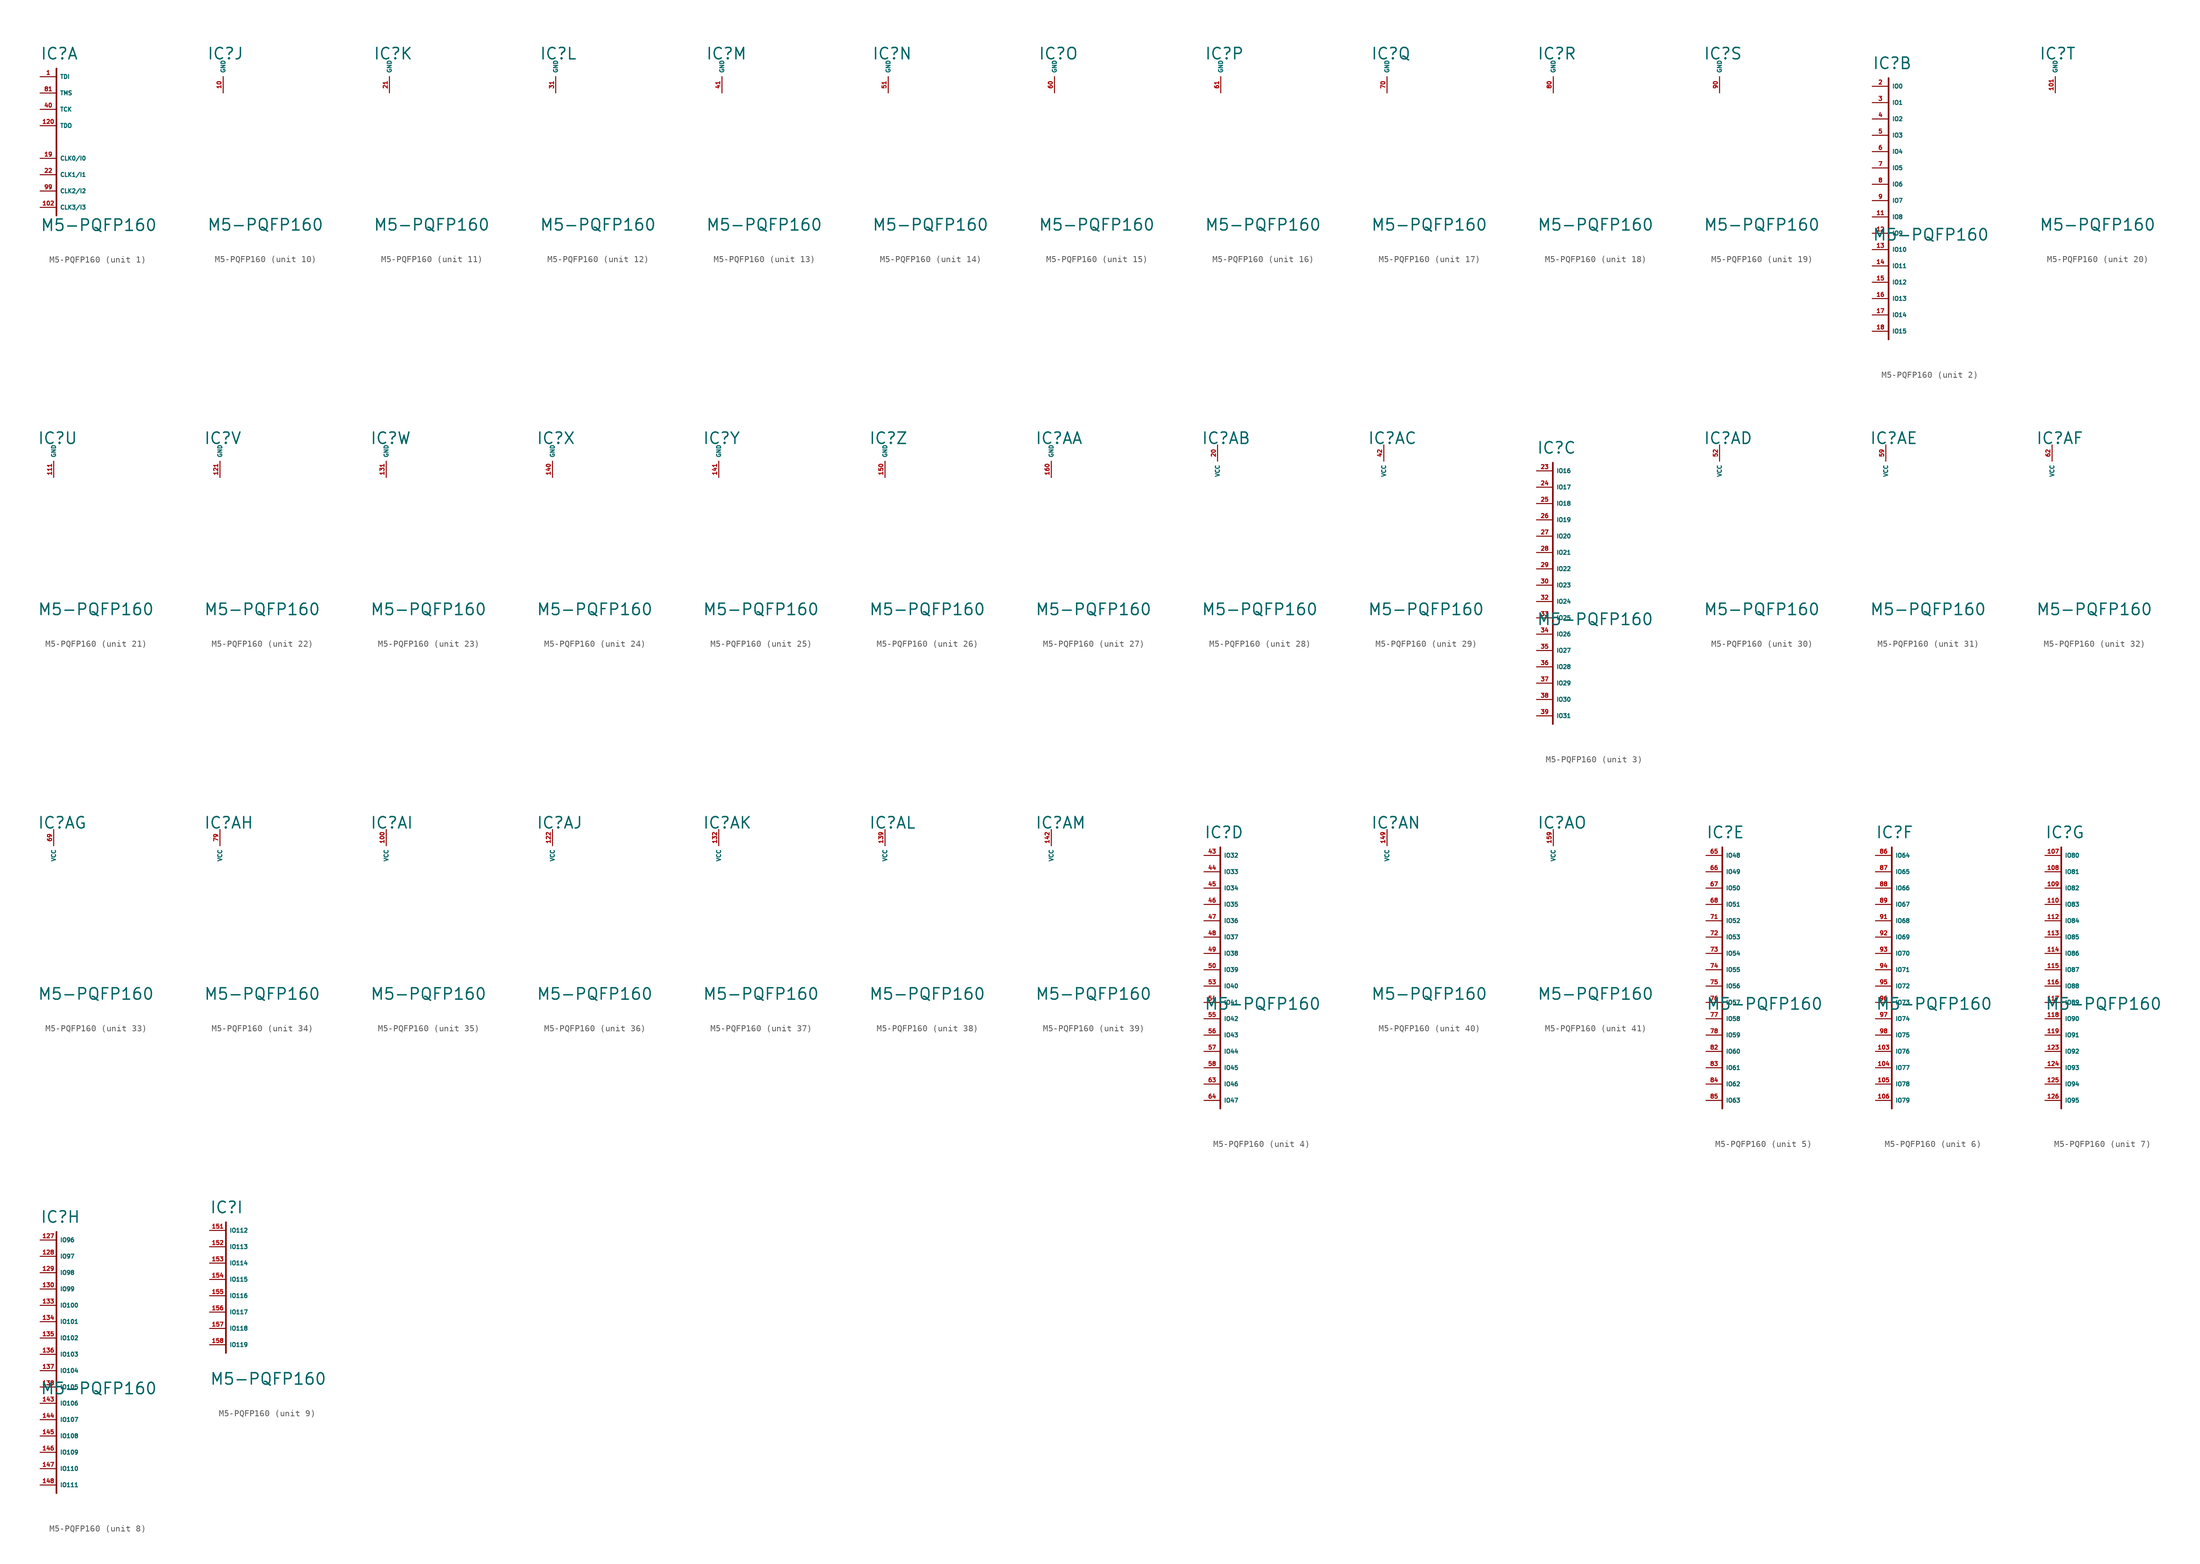
<source format=kicad_sym>
(kicad_symbol_lib
  (version 20220914)
  (generator Eagle2Kicad)
  (symbol "M5-PQFP160"
    (property "Reference" "IC"
      (at -2.54 2.54 0)
      (effects (font (size 1.778 1.778) (thickness 0.22)) (justify left bottom)))
    (property "Value" "M5-PQFP160"
      (at -2.54 -24.13 0)
      (effects (font (size 1.778 1.778) (thickness 0.22)) (justify left bottom)))
    (symbol "M5-PQFP160_1_0"
      (polyline (pts (xy 0 1.27) (xy 0 -21.59)) (stroke (width 0.254) (type default)) (fill (type none)))
      (pin input line (at -2.54 0 0) (length 2.54) (name "TDI" (effects (font (size 0.635 0.635) (thickness 0.08)) (justify left bottom))) (number "1" (effects (font (size 0.635 0.635) (thickness 0.08)) (justify left bottom))))
      (pin input line (at -2.54 -2.54 0) (length 2.54) (name "TMS" (effects (font (size 0.635 0.635) (thickness 0.08)) (justify left bottom))) (number "81" (effects (font (size 0.635 0.635) (thickness 0.08)) (justify left bottom))))
      (pin input line (at -2.54 -5.08 0) (length 2.54) (name "TCK" (effects (font (size 0.635 0.635) (thickness 0.08)) (justify left bottom))) (number "40" (effects (font (size 0.635 0.635) (thickness 0.08)) (justify left bottom))))
      (pin input line (at -2.54 -7.62 0) (length 2.54) (name "TDO" (effects (font (size 0.635 0.635) (thickness 0.08)) (justify left bottom))) (number "120" (effects (font (size 0.635 0.635) (thickness 0.08)) (justify left bottom))))
      (pin input line (at -2.54 -12.7 0) (length 2.54) (name "CLK0/I0" (effects (font (size 0.635 0.635) (thickness 0.08)) (justify left bottom))) (number "19" (effects (font (size 0.635 0.635) (thickness 0.08)) (justify left bottom))))
      (pin input line (at -2.54 -15.24 0) (length 2.54) (name "CLK1/I1" (effects (font (size 0.635 0.635) (thickness 0.08)) (justify left bottom))) (number "22" (effects (font (size 0.635 0.635) (thickness 0.08)) (justify left bottom))))
      (pin input line (at -2.54 -17.78 0) (length 2.54) (name "CLK2/I2" (effects (font (size 0.635 0.635) (thickness 0.08)) (justify left bottom))) (number "99" (effects (font (size 0.635 0.635) (thickness 0.08)) (justify left bottom))))
      (pin input line (at -2.54 -20.32 0) (length 2.54) (name "CLK3/I3" (effects (font (size 0.635 0.635) (thickness 0.08)) (justify left bottom))) (number "102" (effects (font (size 0.635 0.635) (thickness 0.08)) (justify left bottom)))))
    (symbol "M5-PQFP160_2_0"
      (polyline (pts (xy 0 1.27) (xy 0 -39.37)) (stroke (width 0.254) (type default)) (fill (type none)))
      (pin bidirectional line (at -2.54 0 0) (length 2.54) (name "IO0" (effects (font (size 0.635 0.635) (thickness 0.08)) (justify left bottom))) (number "2" (effects (font (size 0.635 0.635) (thickness 0.08)) (justify left bottom))))
      (pin bidirectional line (at -2.54 -2.54 0) (length 2.54) (name "IO1" (effects (font (size 0.635 0.635) (thickness 0.08)) (justify left bottom))) (number "3" (effects (font (size 0.635 0.635) (thickness 0.08)) (justify left bottom))))
      (pin bidirectional line (at -2.54 -5.08 0) (length 2.54) (name "IO2" (effects (font (size 0.635 0.635) (thickness 0.08)) (justify left bottom))) (number "4" (effects (font (size 0.635 0.635) (thickness 0.08)) (justify left bottom))))
      (pin bidirectional line (at -2.54 -7.62 0) (length 2.54) (name "IO3" (effects (font (size 0.635 0.635) (thickness 0.08)) (justify left bottom))) (number "5" (effects (font (size 0.635 0.635) (thickness 0.08)) (justify left bottom))))
      (pin bidirectional line (at -2.54 -10.16 0) (length 2.54) (name "IO4" (effects (font (size 0.635 0.635) (thickness 0.08)) (justify left bottom))) (number "6" (effects (font (size 0.635 0.635) (thickness 0.08)) (justify left bottom))))
      (pin bidirectional line (at -2.54 -12.7 0) (length 2.54) (name "IO5" (effects (font (size 0.635 0.635) (thickness 0.08)) (justify left bottom))) (number "7" (effects (font (size 0.635 0.635) (thickness 0.08)) (justify left bottom))))
      (pin bidirectional line (at -2.54 -15.24 0) (length 2.54) (name "IO6" (effects (font (size 0.635 0.635) (thickness 0.08)) (justify left bottom))) (number "8" (effects (font (size 0.635 0.635) (thickness 0.08)) (justify left bottom))))
      (pin bidirectional line (at -2.54 -17.78 0) (length 2.54) (name "IO7" (effects (font (size 0.635 0.635) (thickness 0.08)) (justify left bottom))) (number "9" (effects (font (size 0.635 0.635) (thickness 0.08)) (justify left bottom))))
      (pin bidirectional line (at -2.54 -20.32 0) (length 2.54) (name "IO8" (effects (font (size 0.635 0.635) (thickness 0.08)) (justify left bottom))) (number "11" (effects (font (size 0.635 0.635) (thickness 0.08)) (justify left bottom))))
      (pin bidirectional line (at -2.54 -22.86 0) (length 2.54) (name "IO9" (effects (font (size 0.635 0.635) (thickness 0.08)) (justify left bottom))) (number "12" (effects (font (size 0.635 0.635) (thickness 0.08)) (justify left bottom))))
      (pin bidirectional line (at -2.54 -25.4 0) (length 2.54) (name "IO10" (effects (font (size 0.635 0.635) (thickness 0.08)) (justify left bottom))) (number "13" (effects (font (size 0.635 0.635) (thickness 0.08)) (justify left bottom))))
      (pin bidirectional line (at -2.54 -27.94 0) (length 2.54) (name "IO11" (effects (font (size 0.635 0.635) (thickness 0.08)) (justify left bottom))) (number "14" (effects (font (size 0.635 0.635) (thickness 0.08)) (justify left bottom))))
      (pin bidirectional line (at -2.54 -30.48 0) (length 2.54) (name "IO12" (effects (font (size 0.635 0.635) (thickness 0.08)) (justify left bottom))) (number "15" (effects (font (size 0.635 0.635) (thickness 0.08)) (justify left bottom))))
      (pin bidirectional line (at -2.54 -33.02 0) (length 2.54) (name "IO13" (effects (font (size 0.635 0.635) (thickness 0.08)) (justify left bottom))) (number "16" (effects (font (size 0.635 0.635) (thickness 0.08)) (justify left bottom))))
      (pin bidirectional line (at -2.54 -35.56 0) (length 2.54) (name "IO14" (effects (font (size 0.635 0.635) (thickness 0.08)) (justify left bottom))) (number "17" (effects (font (size 0.635 0.635) (thickness 0.08)) (justify left bottom))))
      (pin bidirectional line (at -2.54 -38.1 0) (length 2.54) (name "IO15" (effects (font (size 0.635 0.635) (thickness 0.08)) (justify left bottom))) (number "18" (effects (font (size 0.635 0.635) (thickness 0.08)) (justify left bottom)))))
    (symbol "M5-PQFP160_3_0"
      (polyline (pts (xy 0 1.27) (xy 0 -39.37)) (stroke (width 0.254) (type default)) (fill (type none)))
      (pin bidirectional line (at -2.54 0 0) (length 2.54) (name "IO16" (effects (font (size 0.635 0.635) (thickness 0.08)) (justify left bottom))) (number "23" (effects (font (size 0.635 0.635) (thickness 0.08)) (justify left bottom))))
      (pin bidirectional line (at -2.54 -2.54 0) (length 2.54) (name "IO17" (effects (font (size 0.635 0.635) (thickness 0.08)) (justify left bottom))) (number "24" (effects (font (size 0.635 0.635) (thickness 0.08)) (justify left bottom))))
      (pin bidirectional line (at -2.54 -5.08 0) (length 2.54) (name "IO18" (effects (font (size 0.635 0.635) (thickness 0.08)) (justify left bottom))) (number "25" (effects (font (size 0.635 0.635) (thickness 0.08)) (justify left bottom))))
      (pin bidirectional line (at -2.54 -7.62 0) (length 2.54) (name "IO19" (effects (font (size 0.635 0.635) (thickness 0.08)) (justify left bottom))) (number "26" (effects (font (size 0.635 0.635) (thickness 0.08)) (justify left bottom))))
      (pin bidirectional line (at -2.54 -10.16 0) (length 2.54) (name "IO20" (effects (font (size 0.635 0.635) (thickness 0.08)) (justify left bottom))) (number "27" (effects (font (size 0.635 0.635) (thickness 0.08)) (justify left bottom))))
      (pin bidirectional line (at -2.54 -12.7 0) (length 2.54) (name "IO21" (effects (font (size 0.635 0.635) (thickness 0.08)) (justify left bottom))) (number "28" (effects (font (size 0.635 0.635) (thickness 0.08)) (justify left bottom))))
      (pin bidirectional line (at -2.54 -15.24 0) (length 2.54) (name "IO22" (effects (font (size 0.635 0.635) (thickness 0.08)) (justify left bottom))) (number "29" (effects (font (size 0.635 0.635) (thickness 0.08)) (justify left bottom))))
      (pin bidirectional line (at -2.54 -17.78 0) (length 2.54) (name "IO23" (effects (font (size 0.635 0.635) (thickness 0.08)) (justify left bottom))) (number "30" (effects (font (size 0.635 0.635) (thickness 0.08)) (justify left bottom))))
      (pin bidirectional line (at -2.54 -20.32 0) (length 2.54) (name "IO24" (effects (font (size 0.635 0.635) (thickness 0.08)) (justify left bottom))) (number "32" (effects (font (size 0.635 0.635) (thickness 0.08)) (justify left bottom))))
      (pin bidirectional line (at -2.54 -22.86 0) (length 2.54) (name "IO25" (effects (font (size 0.635 0.635) (thickness 0.08)) (justify left bottom))) (number "33" (effects (font (size 0.635 0.635) (thickness 0.08)) (justify left bottom))))
      (pin bidirectional line (at -2.54 -25.4 0) (length 2.54) (name "IO26" (effects (font (size 0.635 0.635) (thickness 0.08)) (justify left bottom))) (number "34" (effects (font (size 0.635 0.635) (thickness 0.08)) (justify left bottom))))
      (pin bidirectional line (at -2.54 -27.94 0) (length 2.54) (name "IO27" (effects (font (size 0.635 0.635) (thickness 0.08)) (justify left bottom))) (number "35" (effects (font (size 0.635 0.635) (thickness 0.08)) (justify left bottom))))
      (pin bidirectional line (at -2.54 -30.48 0) (length 2.54) (name "IO28" (effects (font (size 0.635 0.635) (thickness 0.08)) (justify left bottom))) (number "36" (effects (font (size 0.635 0.635) (thickness 0.08)) (justify left bottom))))
      (pin bidirectional line (at -2.54 -33.02 0) (length 2.54) (name "IO29" (effects (font (size 0.635 0.635) (thickness 0.08)) (justify left bottom))) (number "37" (effects (font (size 0.635 0.635) (thickness 0.08)) (justify left bottom))))
      (pin bidirectional line (at -2.54 -35.56 0) (length 2.54) (name "IO30" (effects (font (size 0.635 0.635) (thickness 0.08)) (justify left bottom))) (number "38" (effects (font (size 0.635 0.635) (thickness 0.08)) (justify left bottom))))
      (pin bidirectional line (at -2.54 -38.1 0) (length 2.54) (name "IO31" (effects (font (size 0.635 0.635) (thickness 0.08)) (justify left bottom))) (number "39" (effects (font (size 0.635 0.635) (thickness 0.08)) (justify left bottom)))))
    (symbol "M5-PQFP160_4_0"
      (polyline (pts (xy 0 1.27) (xy 0 -39.37)) (stroke (width 0.254) (type default)) (fill (type none)))
      (pin bidirectional line (at -2.54 0 0) (length 2.54) (name "IO32" (effects (font (size 0.635 0.635) (thickness 0.08)) (justify left bottom))) (number "43" (effects (font (size 0.635 0.635) (thickness 0.08)) (justify left bottom))))
      (pin bidirectional line (at -2.54 -2.54 0) (length 2.54) (name "IO33" (effects (font (size 0.635 0.635) (thickness 0.08)) (justify left bottom))) (number "44" (effects (font (size 0.635 0.635) (thickness 0.08)) (justify left bottom))))
      (pin bidirectional line (at -2.54 -5.08 0) (length 2.54) (name "IO34" (effects (font (size 0.635 0.635) (thickness 0.08)) (justify left bottom))) (number "45" (effects (font (size 0.635 0.635) (thickness 0.08)) (justify left bottom))))
      (pin bidirectional line (at -2.54 -7.62 0) (length 2.54) (name "IO35" (effects (font (size 0.635 0.635) (thickness 0.08)) (justify left bottom))) (number "46" (effects (font (size 0.635 0.635) (thickness 0.08)) (justify left bottom))))
      (pin bidirectional line (at -2.54 -10.16 0) (length 2.54) (name "IO36" (effects (font (size 0.635 0.635) (thickness 0.08)) (justify left bottom))) (number "47" (effects (font (size 0.635 0.635) (thickness 0.08)) (justify left bottom))))
      (pin bidirectional line (at -2.54 -12.7 0) (length 2.54) (name "IO37" (effects (font (size 0.635 0.635) (thickness 0.08)) (justify left bottom))) (number "48" (effects (font (size 0.635 0.635) (thickness 0.08)) (justify left bottom))))
      (pin bidirectional line (at -2.54 -15.24 0) (length 2.54) (name "IO38" (effects (font (size 0.635 0.635) (thickness 0.08)) (justify left bottom))) (number "49" (effects (font (size 0.635 0.635) (thickness 0.08)) (justify left bottom))))
      (pin bidirectional line (at -2.54 -17.78 0) (length 2.54) (name "IO39" (effects (font (size 0.635 0.635) (thickness 0.08)) (justify left bottom))) (number "50" (effects (font (size 0.635 0.635) (thickness 0.08)) (justify left bottom))))
      (pin bidirectional line (at -2.54 -20.32 0) (length 2.54) (name "IO40" (effects (font (size 0.635 0.635) (thickness 0.08)) (justify left bottom))) (number "53" (effects (font (size 0.635 0.635) (thickness 0.08)) (justify left bottom))))
      (pin bidirectional line (at -2.54 -22.86 0) (length 2.54) (name "IO41" (effects (font (size 0.635 0.635) (thickness 0.08)) (justify left bottom))) (number "54" (effects (font (size 0.635 0.635) (thickness 0.08)) (justify left bottom))))
      (pin bidirectional line (at -2.54 -25.4 0) (length 2.54) (name "IO42" (effects (font (size 0.635 0.635) (thickness 0.08)) (justify left bottom))) (number "55" (effects (font (size 0.635 0.635) (thickness 0.08)) (justify left bottom))))
      (pin bidirectional line (at -2.54 -27.94 0) (length 2.54) (name "IO43" (effects (font (size 0.635 0.635) (thickness 0.08)) (justify left bottom))) (number "56" (effects (font (size 0.635 0.635) (thickness 0.08)) (justify left bottom))))
      (pin bidirectional line (at -2.54 -30.48 0) (length 2.54) (name "IO44" (effects (font (size 0.635 0.635) (thickness 0.08)) (justify left bottom))) (number "57" (effects (font (size 0.635 0.635) (thickness 0.08)) (justify left bottom))))
      (pin bidirectional line (at -2.54 -33.02 0) (length 2.54) (name "IO45" (effects (font (size 0.635 0.635) (thickness 0.08)) (justify left bottom))) (number "58" (effects (font (size 0.635 0.635) (thickness 0.08)) (justify left bottom))))
      (pin bidirectional line (at -2.54 -35.56 0) (length 2.54) (name "IO46" (effects (font (size 0.635 0.635) (thickness 0.08)) (justify left bottom))) (number "63" (effects (font (size 0.635 0.635) (thickness 0.08)) (justify left bottom))))
      (pin bidirectional line (at -2.54 -38.1 0) (length 2.54) (name "IO47" (effects (font (size 0.635 0.635) (thickness 0.08)) (justify left bottom))) (number "64" (effects (font (size 0.635 0.635) (thickness 0.08)) (justify left bottom)))))
    (symbol "M5-PQFP160_5_0"
      (polyline (pts (xy 0 1.27) (xy 0 -39.37)) (stroke (width 0.254) (type default)) (fill (type none)))
      (pin bidirectional line (at -2.54 0 0) (length 2.54) (name "IO48" (effects (font (size 0.635 0.635) (thickness 0.08)) (justify left bottom))) (number "65" (effects (font (size 0.635 0.635) (thickness 0.08)) (justify left bottom))))
      (pin bidirectional line (at -2.54 -2.54 0) (length 2.54) (name "IO49" (effects (font (size 0.635 0.635) (thickness 0.08)) (justify left bottom))) (number "66" (effects (font (size 0.635 0.635) (thickness 0.08)) (justify left bottom))))
      (pin bidirectional line (at -2.54 -5.08 0) (length 2.54) (name "IO50" (effects (font (size 0.635 0.635) (thickness 0.08)) (justify left bottom))) (number "67" (effects (font (size 0.635 0.635) (thickness 0.08)) (justify left bottom))))
      (pin bidirectional line (at -2.54 -7.62 0) (length 2.54) (name "IO51" (effects (font (size 0.635 0.635) (thickness 0.08)) (justify left bottom))) (number "68" (effects (font (size 0.635 0.635) (thickness 0.08)) (justify left bottom))))
      (pin bidirectional line (at -2.54 -10.16 0) (length 2.54) (name "IO52" (effects (font (size 0.635 0.635) (thickness 0.08)) (justify left bottom))) (number "71" (effects (font (size 0.635 0.635) (thickness 0.08)) (justify left bottom))))
      (pin bidirectional line (at -2.54 -12.7 0) (length 2.54) (name "IO53" (effects (font (size 0.635 0.635) (thickness 0.08)) (justify left bottom))) (number "72" (effects (font (size 0.635 0.635) (thickness 0.08)) (justify left bottom))))
      (pin bidirectional line (at -2.54 -15.24 0) (length 2.54) (name "IO54" (effects (font (size 0.635 0.635) (thickness 0.08)) (justify left bottom))) (number "73" (effects (font (size 0.635 0.635) (thickness 0.08)) (justify left bottom))))
      (pin bidirectional line (at -2.54 -17.78 0) (length 2.54) (name "IO55" (effects (font (size 0.635 0.635) (thickness 0.08)) (justify left bottom))) (number "74" (effects (font (size 0.635 0.635) (thickness 0.08)) (justify left bottom))))
      (pin bidirectional line (at -2.54 -20.32 0) (length 2.54) (name "IO56" (effects (font (size 0.635 0.635) (thickness 0.08)) (justify left bottom))) (number "75" (effects (font (size 0.635 0.635) (thickness 0.08)) (justify left bottom))))
      (pin bidirectional line (at -2.54 -22.86 0) (length 2.54) (name "IO57" (effects (font (size 0.635 0.635) (thickness 0.08)) (justify left bottom))) (number "76" (effects (font (size 0.635 0.635) (thickness 0.08)) (justify left bottom))))
      (pin bidirectional line (at -2.54 -25.4 0) (length 2.54) (name "IO58" (effects (font (size 0.635 0.635) (thickness 0.08)) (justify left bottom))) (number "77" (effects (font (size 0.635 0.635) (thickness 0.08)) (justify left bottom))))
      (pin bidirectional line (at -2.54 -27.94 0) (length 2.54) (name "IO59" (effects (font (size 0.635 0.635) (thickness 0.08)) (justify left bottom))) (number "78" (effects (font (size 0.635 0.635) (thickness 0.08)) (justify left bottom))))
      (pin bidirectional line (at -2.54 -30.48 0) (length 2.54) (name "IO60" (effects (font (size 0.635 0.635) (thickness 0.08)) (justify left bottom))) (number "82" (effects (font (size 0.635 0.635) (thickness 0.08)) (justify left bottom))))
      (pin bidirectional line (at -2.54 -33.02 0) (length 2.54) (name "IO61" (effects (font (size 0.635 0.635) (thickness 0.08)) (justify left bottom))) (number "83" (effects (font (size 0.635 0.635) (thickness 0.08)) (justify left bottom))))
      (pin bidirectional line (at -2.54 -35.56 0) (length 2.54) (name "IO62" (effects (font (size 0.635 0.635) (thickness 0.08)) (justify left bottom))) (number "84" (effects (font (size 0.635 0.635) (thickness 0.08)) (justify left bottom))))
      (pin bidirectional line (at -2.54 -38.1 0) (length 2.54) (name "IO63" (effects (font (size 0.635 0.635) (thickness 0.08)) (justify left bottom))) (number "85" (effects (font (size 0.635 0.635) (thickness 0.08)) (justify left bottom)))))
    (symbol "M5-PQFP160_6_0"
      (polyline (pts (xy 0 1.27) (xy 0 -39.37)) (stroke (width 0.254) (type default)) (fill (type none)))
      (pin bidirectional line (at -2.54 0 0) (length 2.54) (name "IO64" (effects (font (size 0.635 0.635) (thickness 0.08)) (justify left bottom))) (number "86" (effects (font (size 0.635 0.635) (thickness 0.08)) (justify left bottom))))
      (pin bidirectional line (at -2.54 -2.54 0) (length 2.54) (name "IO65" (effects (font (size 0.635 0.635) (thickness 0.08)) (justify left bottom))) (number "87" (effects (font (size 0.635 0.635) (thickness 0.08)) (justify left bottom))))
      (pin bidirectional line (at -2.54 -5.08 0) (length 2.54) (name "IO66" (effects (font (size 0.635 0.635) (thickness 0.08)) (justify left bottom))) (number "88" (effects (font (size 0.635 0.635) (thickness 0.08)) (justify left bottom))))
      (pin bidirectional line (at -2.54 -7.62 0) (length 2.54) (name "IO67" (effects (font (size 0.635 0.635) (thickness 0.08)) (justify left bottom))) (number "89" (effects (font (size 0.635 0.635) (thickness 0.08)) (justify left bottom))))
      (pin bidirectional line (at -2.54 -10.16 0) (length 2.54) (name "IO68" (effects (font (size 0.635 0.635) (thickness 0.08)) (justify left bottom))) (number "91" (effects (font (size 0.635 0.635) (thickness 0.08)) (justify left bottom))))
      (pin bidirectional line (at -2.54 -12.7 0) (length 2.54) (name "IO69" (effects (font (size 0.635 0.635) (thickness 0.08)) (justify left bottom))) (number "92" (effects (font (size 0.635 0.635) (thickness 0.08)) (justify left bottom))))
      (pin bidirectional line (at -2.54 -15.24 0) (length 2.54) (name "IO70" (effects (font (size 0.635 0.635) (thickness 0.08)) (justify left bottom))) (number "93" (effects (font (size 0.635 0.635) (thickness 0.08)) (justify left bottom))))
      (pin bidirectional line (at -2.54 -17.78 0) (length 2.54) (name "IO71" (effects (font (size 0.635 0.635) (thickness 0.08)) (justify left bottom))) (number "94" (effects (font (size 0.635 0.635) (thickness 0.08)) (justify left bottom))))
      (pin bidirectional line (at -2.54 -20.32 0) (length 2.54) (name "IO72" (effects (font (size 0.635 0.635) (thickness 0.08)) (justify left bottom))) (number "95" (effects (font (size 0.635 0.635) (thickness 0.08)) (justify left bottom))))
      (pin bidirectional line (at -2.54 -22.86 0) (length 2.54) (name "IO73" (effects (font (size 0.635 0.635) (thickness 0.08)) (justify left bottom))) (number "96" (effects (font (size 0.635 0.635) (thickness 0.08)) (justify left bottom))))
      (pin bidirectional line (at -2.54 -25.4 0) (length 2.54) (name "IO74" (effects (font (size 0.635 0.635) (thickness 0.08)) (justify left bottom))) (number "97" (effects (font (size 0.635 0.635) (thickness 0.08)) (justify left bottom))))
      (pin bidirectional line (at -2.54 -27.94 0) (length 2.54) (name "IO75" (effects (font (size 0.635 0.635) (thickness 0.08)) (justify left bottom))) (number "98" (effects (font (size 0.635 0.635) (thickness 0.08)) (justify left bottom))))
      (pin bidirectional line (at -2.54 -30.48 0) (length 2.54) (name "IO76" (effects (font (size 0.635 0.635) (thickness 0.08)) (justify left bottom))) (number "103" (effects (font (size 0.635 0.635) (thickness 0.08)) (justify left bottom))))
      (pin bidirectional line (at -2.54 -33.02 0) (length 2.54) (name "IO77" (effects (font (size 0.635 0.635) (thickness 0.08)) (justify left bottom))) (number "104" (effects (font (size 0.635 0.635) (thickness 0.08)) (justify left bottom))))
      (pin bidirectional line (at -2.54 -35.56 0) (length 2.54) (name "IO78" (effects (font (size 0.635 0.635) (thickness 0.08)) (justify left bottom))) (number "105" (effects (font (size 0.635 0.635) (thickness 0.08)) (justify left bottom))))
      (pin bidirectional line (at -2.54 -38.1 0) (length 2.54) (name "IO79" (effects (font (size 0.635 0.635) (thickness 0.08)) (justify left bottom))) (number "106" (effects (font (size 0.635 0.635) (thickness 0.08)) (justify left bottom)))))
    (symbol "M5-PQFP160_7_0"
      (polyline (pts (xy 0 1.27) (xy 0 -39.37)) (stroke (width 0.254) (type default)) (fill (type none)))
      (pin bidirectional line (at -2.54 0 0) (length 2.54) (name "IO80" (effects (font (size 0.635 0.635) (thickness 0.08)) (justify left bottom))) (number "107" (effects (font (size 0.635 0.635) (thickness 0.08)) (justify left bottom))))
      (pin bidirectional line (at -2.54 -2.54 0) (length 2.54) (name "IO81" (effects (font (size 0.635 0.635) (thickness 0.08)) (justify left bottom))) (number "108" (effects (font (size 0.635 0.635) (thickness 0.08)) (justify left bottom))))
      (pin bidirectional line (at -2.54 -5.08 0) (length 2.54) (name "IO82" (effects (font (size 0.635 0.635) (thickness 0.08)) (justify left bottom))) (number "109" (effects (font (size 0.635 0.635) (thickness 0.08)) (justify left bottom))))
      (pin bidirectional line (at -2.54 -7.62 0) (length 2.54) (name "IO83" (effects (font (size 0.635 0.635) (thickness 0.08)) (justify left bottom))) (number "110" (effects (font (size 0.635 0.635) (thickness 0.08)) (justify left bottom))))
      (pin bidirectional line (at -2.54 -10.16 0) (length 2.54) (name "IO84" (effects (font (size 0.635 0.635) (thickness 0.08)) (justify left bottom))) (number "112" (effects (font (size 0.635 0.635) (thickness 0.08)) (justify left bottom))))
      (pin bidirectional line (at -2.54 -12.7 0) (length 2.54) (name "IO85" (effects (font (size 0.635 0.635) (thickness 0.08)) (justify left bottom))) (number "113" (effects (font (size 0.635 0.635) (thickness 0.08)) (justify left bottom))))
      (pin bidirectional line (at -2.54 -15.24 0) (length 2.54) (name "IO86" (effects (font (size 0.635 0.635) (thickness 0.08)) (justify left bottom))) (number "114" (effects (font (size 0.635 0.635) (thickness 0.08)) (justify left bottom))))
      (pin bidirectional line (at -2.54 -17.78 0) (length 2.54) (name "IO87" (effects (font (size 0.635 0.635) (thickness 0.08)) (justify left bottom))) (number "115" (effects (font (size 0.635 0.635) (thickness 0.08)) (justify left bottom))))
      (pin bidirectional line (at -2.54 -20.32 0) (length 2.54) (name "IO88" (effects (font (size 0.635 0.635) (thickness 0.08)) (justify left bottom))) (number "116" (effects (font (size 0.635 0.635) (thickness 0.08)) (justify left bottom))))
      (pin bidirectional line (at -2.54 -22.86 0) (length 2.54) (name "IO89" (effects (font (size 0.635 0.635) (thickness 0.08)) (justify left bottom))) (number "117" (effects (font (size 0.635 0.635) (thickness 0.08)) (justify left bottom))))
      (pin bidirectional line (at -2.54 -25.4 0) (length 2.54) (name "IO90" (effects (font (size 0.635 0.635) (thickness 0.08)) (justify left bottom))) (number "118" (effects (font (size 0.635 0.635) (thickness 0.08)) (justify left bottom))))
      (pin bidirectional line (at -2.54 -27.94 0) (length 2.54) (name "IO91" (effects (font (size 0.635 0.635) (thickness 0.08)) (justify left bottom))) (number "119" (effects (font (size 0.635 0.635) (thickness 0.08)) (justify left bottom))))
      (pin bidirectional line (at -2.54 -30.48 0) (length 2.54) (name "IO92" (effects (font (size 0.635 0.635) (thickness 0.08)) (justify left bottom))) (number "123" (effects (font (size 0.635 0.635) (thickness 0.08)) (justify left bottom))))
      (pin bidirectional line (at -2.54 -33.02 0) (length 2.54) (name "IO93" (effects (font (size 0.635 0.635) (thickness 0.08)) (justify left bottom))) (number "124" (effects (font (size 0.635 0.635) (thickness 0.08)) (justify left bottom))))
      (pin bidirectional line (at -2.54 -35.56 0) (length 2.54) (name "IO94" (effects (font (size 0.635 0.635) (thickness 0.08)) (justify left bottom))) (number "125" (effects (font (size 0.635 0.635) (thickness 0.08)) (justify left bottom))))
      (pin bidirectional line (at -2.54 -38.1 0) (length 2.54) (name "IO95" (effects (font (size 0.635 0.635) (thickness 0.08)) (justify left bottom))) (number "126" (effects (font (size 0.635 0.635) (thickness 0.08)) (justify left bottom)))))
    (symbol "M5-PQFP160_8_0"
      (polyline (pts (xy 0 1.27) (xy 0 -39.37)) (stroke (width 0.254) (type default)) (fill (type none)))
      (pin bidirectional line (at -2.54 0 0) (length 2.54) (name "IO96" (effects (font (size 0.635 0.635) (thickness 0.08)) (justify left bottom))) (number "127" (effects (font (size 0.635 0.635) (thickness 0.08)) (justify left bottom))))
      (pin bidirectional line (at -2.54 -2.54 0) (length 2.54) (name "IO97" (effects (font (size 0.635 0.635) (thickness 0.08)) (justify left bottom))) (number "128" (effects (font (size 0.635 0.635) (thickness 0.08)) (justify left bottom))))
      (pin bidirectional line (at -2.54 -5.08 0) (length 2.54) (name "IO98" (effects (font (size 0.635 0.635) (thickness 0.08)) (justify left bottom))) (number "129" (effects (font (size 0.635 0.635) (thickness 0.08)) (justify left bottom))))
      (pin bidirectional line (at -2.54 -7.62 0) (length 2.54) (name "IO99" (effects (font (size 0.635 0.635) (thickness 0.08)) (justify left bottom))) (number "130" (effects (font (size 0.635 0.635) (thickness 0.08)) (justify left bottom))))
      (pin bidirectional line (at -2.54 -10.16 0) (length 2.54) (name "IO100" (effects (font (size 0.635 0.635) (thickness 0.08)) (justify left bottom))) (number "133" (effects (font (size 0.635 0.635) (thickness 0.08)) (justify left bottom))))
      (pin bidirectional line (at -2.54 -12.7 0) (length 2.54) (name "IO101" (effects (font (size 0.635 0.635) (thickness 0.08)) (justify left bottom))) (number "134" (effects (font (size 0.635 0.635) (thickness 0.08)) (justify left bottom))))
      (pin bidirectional line (at -2.54 -15.24 0) (length 2.54) (name "IO102" (effects (font (size 0.635 0.635) (thickness 0.08)) (justify left bottom))) (number "135" (effects (font (size 0.635 0.635) (thickness 0.08)) (justify left bottom))))
      (pin bidirectional line (at -2.54 -17.78 0) (length 2.54) (name "IO103" (effects (font (size 0.635 0.635) (thickness 0.08)) (justify left bottom))) (number "136" (effects (font (size 0.635 0.635) (thickness 0.08)) (justify left bottom))))
      (pin bidirectional line (at -2.54 -20.32 0) (length 2.54) (name "IO104" (effects (font (size 0.635 0.635) (thickness 0.08)) (justify left bottom))) (number "137" (effects (font (size 0.635 0.635) (thickness 0.08)) (justify left bottom))))
      (pin bidirectional line (at -2.54 -22.86 0) (length 2.54) (name "IO105" (effects (font (size 0.635 0.635) (thickness 0.08)) (justify left bottom))) (number "138" (effects (font (size 0.635 0.635) (thickness 0.08)) (justify left bottom))))
      (pin bidirectional line (at -2.54 -25.4 0) (length 2.54) (name "IO106" (effects (font (size 0.635 0.635) (thickness 0.08)) (justify left bottom))) (number "143" (effects (font (size 0.635 0.635) (thickness 0.08)) (justify left bottom))))
      (pin bidirectional line (at -2.54 -27.94 0) (length 2.54) (name "IO107" (effects (font (size 0.635 0.635) (thickness 0.08)) (justify left bottom))) (number "144" (effects (font (size 0.635 0.635) (thickness 0.08)) (justify left bottom))))
      (pin bidirectional line (at -2.54 -30.48 0) (length 2.54) (name "IO108" (effects (font (size 0.635 0.635) (thickness 0.08)) (justify left bottom))) (number "145" (effects (font (size 0.635 0.635) (thickness 0.08)) (justify left bottom))))
      (pin bidirectional line (at -2.54 -33.02 0) (length 2.54) (name "IO109" (effects (font (size 0.635 0.635) (thickness 0.08)) (justify left bottom))) (number "146" (effects (font (size 0.635 0.635) (thickness 0.08)) (justify left bottom))))
      (pin bidirectional line (at -2.54 -35.56 0) (length 2.54) (name "IO110" (effects (font (size 0.635 0.635) (thickness 0.08)) (justify left bottom))) (number "147" (effects (font (size 0.635 0.635) (thickness 0.08)) (justify left bottom))))
      (pin bidirectional line (at -2.54 -38.1 0) (length 2.54) (name "IO111" (effects (font (size 0.635 0.635) (thickness 0.08)) (justify left bottom))) (number "148" (effects (font (size 0.635 0.635) (thickness 0.08)) (justify left bottom)))))
    (symbol "M5-PQFP160_9_0"
      (polyline (pts (xy 0 1.27) (xy 0 -19.05)) (stroke (width 0.254) (type default)) (fill (type none)))
      (pin bidirectional line (at -2.54 0 0) (length 2.54) (name "IO112" (effects (font (size 0.635 0.635) (thickness 0.08)) (justify left bottom))) (number "151" (effects (font (size 0.635 0.635) (thickness 0.08)) (justify left bottom))))
      (pin bidirectional line (at -2.54 -2.54 0) (length 2.54) (name "IO113" (effects (font (size 0.635 0.635) (thickness 0.08)) (justify left bottom))) (number "152" (effects (font (size 0.635 0.635) (thickness 0.08)) (justify left bottom))))
      (pin bidirectional line (at -2.54 -5.08 0) (length 2.54) (name "IO114" (effects (font (size 0.635 0.635) (thickness 0.08)) (justify left bottom))) (number "153" (effects (font (size 0.635 0.635) (thickness 0.08)) (justify left bottom))))
      (pin bidirectional line (at -2.54 -7.62 0) (length 2.54) (name "IO115" (effects (font (size 0.635 0.635) (thickness 0.08)) (justify left bottom))) (number "154" (effects (font (size 0.635 0.635) (thickness 0.08)) (justify left bottom))))
      (pin bidirectional line (at -2.54 -10.16 0) (length 2.54) (name "IO116" (effects (font (size 0.635 0.635) (thickness 0.08)) (justify left bottom))) (number "155" (effects (font (size 0.635 0.635) (thickness 0.08)) (justify left bottom))))
      (pin bidirectional line (at -2.54 -12.7 0) (length 2.54) (name "IO117" (effects (font (size 0.635 0.635) (thickness 0.08)) (justify left bottom))) (number "156" (effects (font (size 0.635 0.635) (thickness 0.08)) (justify left bottom))))
      (pin bidirectional line (at -2.54 -15.24 0) (length 2.54) (name "IO118" (effects (font (size 0.635 0.635) (thickness 0.08)) (justify left bottom))) (number "157" (effects (font (size 0.635 0.635) (thickness 0.08)) (justify left bottom))))
      (pin bidirectional line (at -2.54 -17.78 0) (length 2.54) (name "IO119" (effects (font (size 0.635 0.635) (thickness 0.08)) (justify left bottom))) (number "158" (effects (font (size 0.635 0.635) (thickness 0.08)) (justify left bottom)))))
    (symbol "M5-PQFP160_10_0"
      (pin unspecified line (at 0 -2.54 90) (length 2.54) (name "GND" (effects (font (size 0.635 0.635) (thickness 0.08)) (justify left bottom))) (number "10" (effects (font (size 0.635 0.635) (thickness 0.08)) (justify left bottom)))))
    (symbol "M5-PQFP160_11_0"
      (pin unspecified line (at 0 -2.54 90) (length 2.54) (name "GND" (effects (font (size 0.635 0.635) (thickness 0.08)) (justify left bottom))) (number "21" (effects (font (size 0.635 0.635) (thickness 0.08)) (justify left bottom)))))
    (symbol "M5-PQFP160_12_0"
      (pin unspecified line (at 0 -2.54 90) (length 2.54) (name "GND" (effects (font (size 0.635 0.635) (thickness 0.08)) (justify left bottom))) (number "31" (effects (font (size 0.635 0.635) (thickness 0.08)) (justify left bottom)))))
    (symbol "M5-PQFP160_13_0"
      (pin unspecified line (at 0 -2.54 90) (length 2.54) (name "GND" (effects (font (size 0.635 0.635) (thickness 0.08)) (justify left bottom))) (number "41" (effects (font (size 0.635 0.635) (thickness 0.08)) (justify left bottom)))))
    (symbol "M5-PQFP160_14_0"
      (pin unspecified line (at 0 -2.54 90) (length 2.54) (name "GND" (effects (font (size 0.635 0.635) (thickness 0.08)) (justify left bottom))) (number "51" (effects (font (size 0.635 0.635) (thickness 0.08)) (justify left bottom)))))
    (symbol "M5-PQFP160_15_0"
      (pin unspecified line (at 0 -2.54 90) (length 2.54) (name "GND" (effects (font (size 0.635 0.635) (thickness 0.08)) (justify left bottom))) (number "60" (effects (font (size 0.635 0.635) (thickness 0.08)) (justify left bottom)))))
    (symbol "M5-PQFP160_16_0"
      (pin unspecified line (at 0 -2.54 90) (length 2.54) (name "GND" (effects (font (size 0.635 0.635) (thickness 0.08)) (justify left bottom))) (number "61" (effects (font (size 0.635 0.635) (thickness 0.08)) (justify left bottom)))))
    (symbol "M5-PQFP160_17_0"
      (pin unspecified line (at 0 -2.54 90) (length 2.54) (name "GND" (effects (font (size 0.635 0.635) (thickness 0.08)) (justify left bottom))) (number "70" (effects (font (size 0.635 0.635) (thickness 0.08)) (justify left bottom)))))
    (symbol "M5-PQFP160_18_0"
      (pin unspecified line (at 0 -2.54 90) (length 2.54) (name "GND" (effects (font (size 0.635 0.635) (thickness 0.08)) (justify left bottom))) (number "80" (effects (font (size 0.635 0.635) (thickness 0.08)) (justify left bottom)))))
    (symbol "M5-PQFP160_19_0"
      (pin unspecified line (at 0 -2.54 90) (length 2.54) (name "GND" (effects (font (size 0.635 0.635) (thickness 0.08)) (justify left bottom))) (number "90" (effects (font (size 0.635 0.635) (thickness 0.08)) (justify left bottom)))))
    (symbol "M5-PQFP160_20_0"
      (pin unspecified line (at 0 -2.54 90) (length 2.54) (name "GND" (effects (font (size 0.635 0.635) (thickness 0.08)) (justify left bottom))) (number "101" (effects (font (size 0.635 0.635) (thickness 0.08)) (justify left bottom)))))
    (symbol "M5-PQFP160_21_0"
      (pin unspecified line (at 0 -2.54 90) (length 2.54) (name "GND" (effects (font (size 0.635 0.635) (thickness 0.08)) (justify left bottom))) (number "111" (effects (font (size 0.635 0.635) (thickness 0.08)) (justify left bottom)))))
    (symbol "M5-PQFP160_22_0"
      (pin unspecified line (at 0 -2.54 90) (length 2.54) (name "GND" (effects (font (size 0.635 0.635) (thickness 0.08)) (justify left bottom))) (number "121" (effects (font (size 0.635 0.635) (thickness 0.08)) (justify left bottom)))))
    (symbol "M5-PQFP160_23_0"
      (pin unspecified line (at 0 -2.54 90) (length 2.54) (name "GND" (effects (font (size 0.635 0.635) (thickness 0.08)) (justify left bottom))) (number "131" (effects (font (size 0.635 0.635) (thickness 0.08)) (justify left bottom)))))
    (symbol "M5-PQFP160_24_0"
      (pin unspecified line (at 0 -2.54 90) (length 2.54) (name "GND" (effects (font (size 0.635 0.635) (thickness 0.08)) (justify left bottom))) (number "140" (effects (font (size 0.635 0.635) (thickness 0.08)) (justify left bottom)))))
    (symbol "M5-PQFP160_25_0"
      (pin unspecified line (at 0 -2.54 90) (length 2.54) (name "GND" (effects (font (size 0.635 0.635) (thickness 0.08)) (justify left bottom))) (number "141" (effects (font (size 0.635 0.635) (thickness 0.08)) (justify left bottom)))))
    (symbol "M5-PQFP160_26_0"
      (pin unspecified line (at 0 -2.54 90) (length 2.54) (name "GND" (effects (font (size 0.635 0.635) (thickness 0.08)) (justify left bottom))) (number "150" (effects (font (size 0.635 0.635) (thickness 0.08)) (justify left bottom)))))
    (symbol "M5-PQFP160_27_0"
      (pin unspecified line (at 0 -2.54 90) (length 2.54) (name "GND" (effects (font (size 0.635 0.635) (thickness 0.08)) (justify left bottom))) (number "160" (effects (font (size 0.635 0.635) (thickness 0.08)) (justify left bottom)))))
    (symbol "M5-PQFP160_28_0"
      (pin unspecified line (at 0 2.54 270) (length 2.54) (name "VCC" (effects (font (size 0.635 0.635) (thickness 0.08)) (justify left bottom))) (number "20" (effects (font (size 0.635 0.635) (thickness 0.08)) (justify left bottom)))))
    (symbol "M5-PQFP160_29_0"
      (pin unspecified line (at 0 2.54 270) (length 2.54) (name "VCC" (effects (font (size 0.635 0.635) (thickness 0.08)) (justify left bottom))) (number "42" (effects (font (size 0.635 0.635) (thickness 0.08)) (justify left bottom)))))
    (symbol "M5-PQFP160_30_0"
      (pin unspecified line (at 0 2.54 270) (length 2.54) (name "VCC" (effects (font (size 0.635 0.635) (thickness 0.08)) (justify left bottom))) (number "52" (effects (font (size 0.635 0.635) (thickness 0.08)) (justify left bottom)))))
    (symbol "M5-PQFP160_31_0"
      (pin unspecified line (at 0 2.54 270) (length 2.54) (name "VCC" (effects (font (size 0.635 0.635) (thickness 0.08)) (justify left bottom))) (number "59" (effects (font (size 0.635 0.635) (thickness 0.08)) (justify left bottom)))))
    (symbol "M5-PQFP160_32_0"
      (pin unspecified line (at 0 2.54 270) (length 2.54) (name "VCC" (effects (font (size 0.635 0.635) (thickness 0.08)) (justify left bottom))) (number "62" (effects (font (size 0.635 0.635) (thickness 0.08)) (justify left bottom)))))
    (symbol "M5-PQFP160_33_0"
      (pin unspecified line (at 0 2.54 270) (length 2.54) (name "VCC" (effects (font (size 0.635 0.635) (thickness 0.08)) (justify left bottom))) (number "69" (effects (font (size 0.635 0.635) (thickness 0.08)) (justify left bottom)))))
    (symbol "M5-PQFP160_34_0"
      (pin unspecified line (at 0 2.54 270) (length 2.54) (name "VCC" (effects (font (size 0.635 0.635) (thickness 0.08)) (justify left bottom))) (number "79" (effects (font (size 0.635 0.635) (thickness 0.08)) (justify left bottom)))))
    (symbol "M5-PQFP160_35_0"
      (pin unspecified line (at 0 2.54 270) (length 2.54) (name "VCC" (effects (font (size 0.635 0.635) (thickness 0.08)) (justify left bottom))) (number "100" (effects (font (size 0.635 0.635) (thickness 0.08)) (justify left bottom)))))
    (symbol "M5-PQFP160_36_0"
      (pin unspecified line (at 0 2.54 270) (length 2.54) (name "VCC" (effects (font (size 0.635 0.635) (thickness 0.08)) (justify left bottom))) (number "122" (effects (font (size 0.635 0.635) (thickness 0.08)) (justify left bottom)))))
    (symbol "M5-PQFP160_37_0"
      (pin unspecified line (at 0 2.54 270) (length 2.54) (name "VCC" (effects (font (size 0.635 0.635) (thickness 0.08)) (justify left bottom))) (number "132" (effects (font (size 0.635 0.635) (thickness 0.08)) (justify left bottom)))))
    (symbol "M5-PQFP160_38_0"
      (pin unspecified line (at 0 2.54 270) (length 2.54) (name "VCC" (effects (font (size 0.635 0.635) (thickness 0.08)) (justify left bottom))) (number "139" (effects (font (size 0.635 0.635) (thickness 0.08)) (justify left bottom)))))
    (symbol "M5-PQFP160_39_0"
      (pin unspecified line (at 0 2.54 270) (length 2.54) (name "VCC" (effects (font (size 0.635 0.635) (thickness 0.08)) (justify left bottom))) (number "142" (effects (font (size 0.635 0.635) (thickness 0.08)) (justify left bottom)))))
    (symbol "M5-PQFP160_40_0"
      (pin unspecified line (at 0 2.54 270) (length 2.54) (name "VCC" (effects (font (size 0.635 0.635) (thickness 0.08)) (justify left bottom))) (number "149" (effects (font (size 0.635 0.635) (thickness 0.08)) (justify left bottom)))))
    (symbol "M5-PQFP160_41_0"
      (pin unspecified line (at 0 2.54 270) (length 2.54) (name "VCC" (effects (font (size 0.635 0.635) (thickness 0.08)) (justify left bottom))) (number "159" (effects (font (size 0.635 0.635) (thickness 0.08)) (justify left bottom)))))))
</source>
